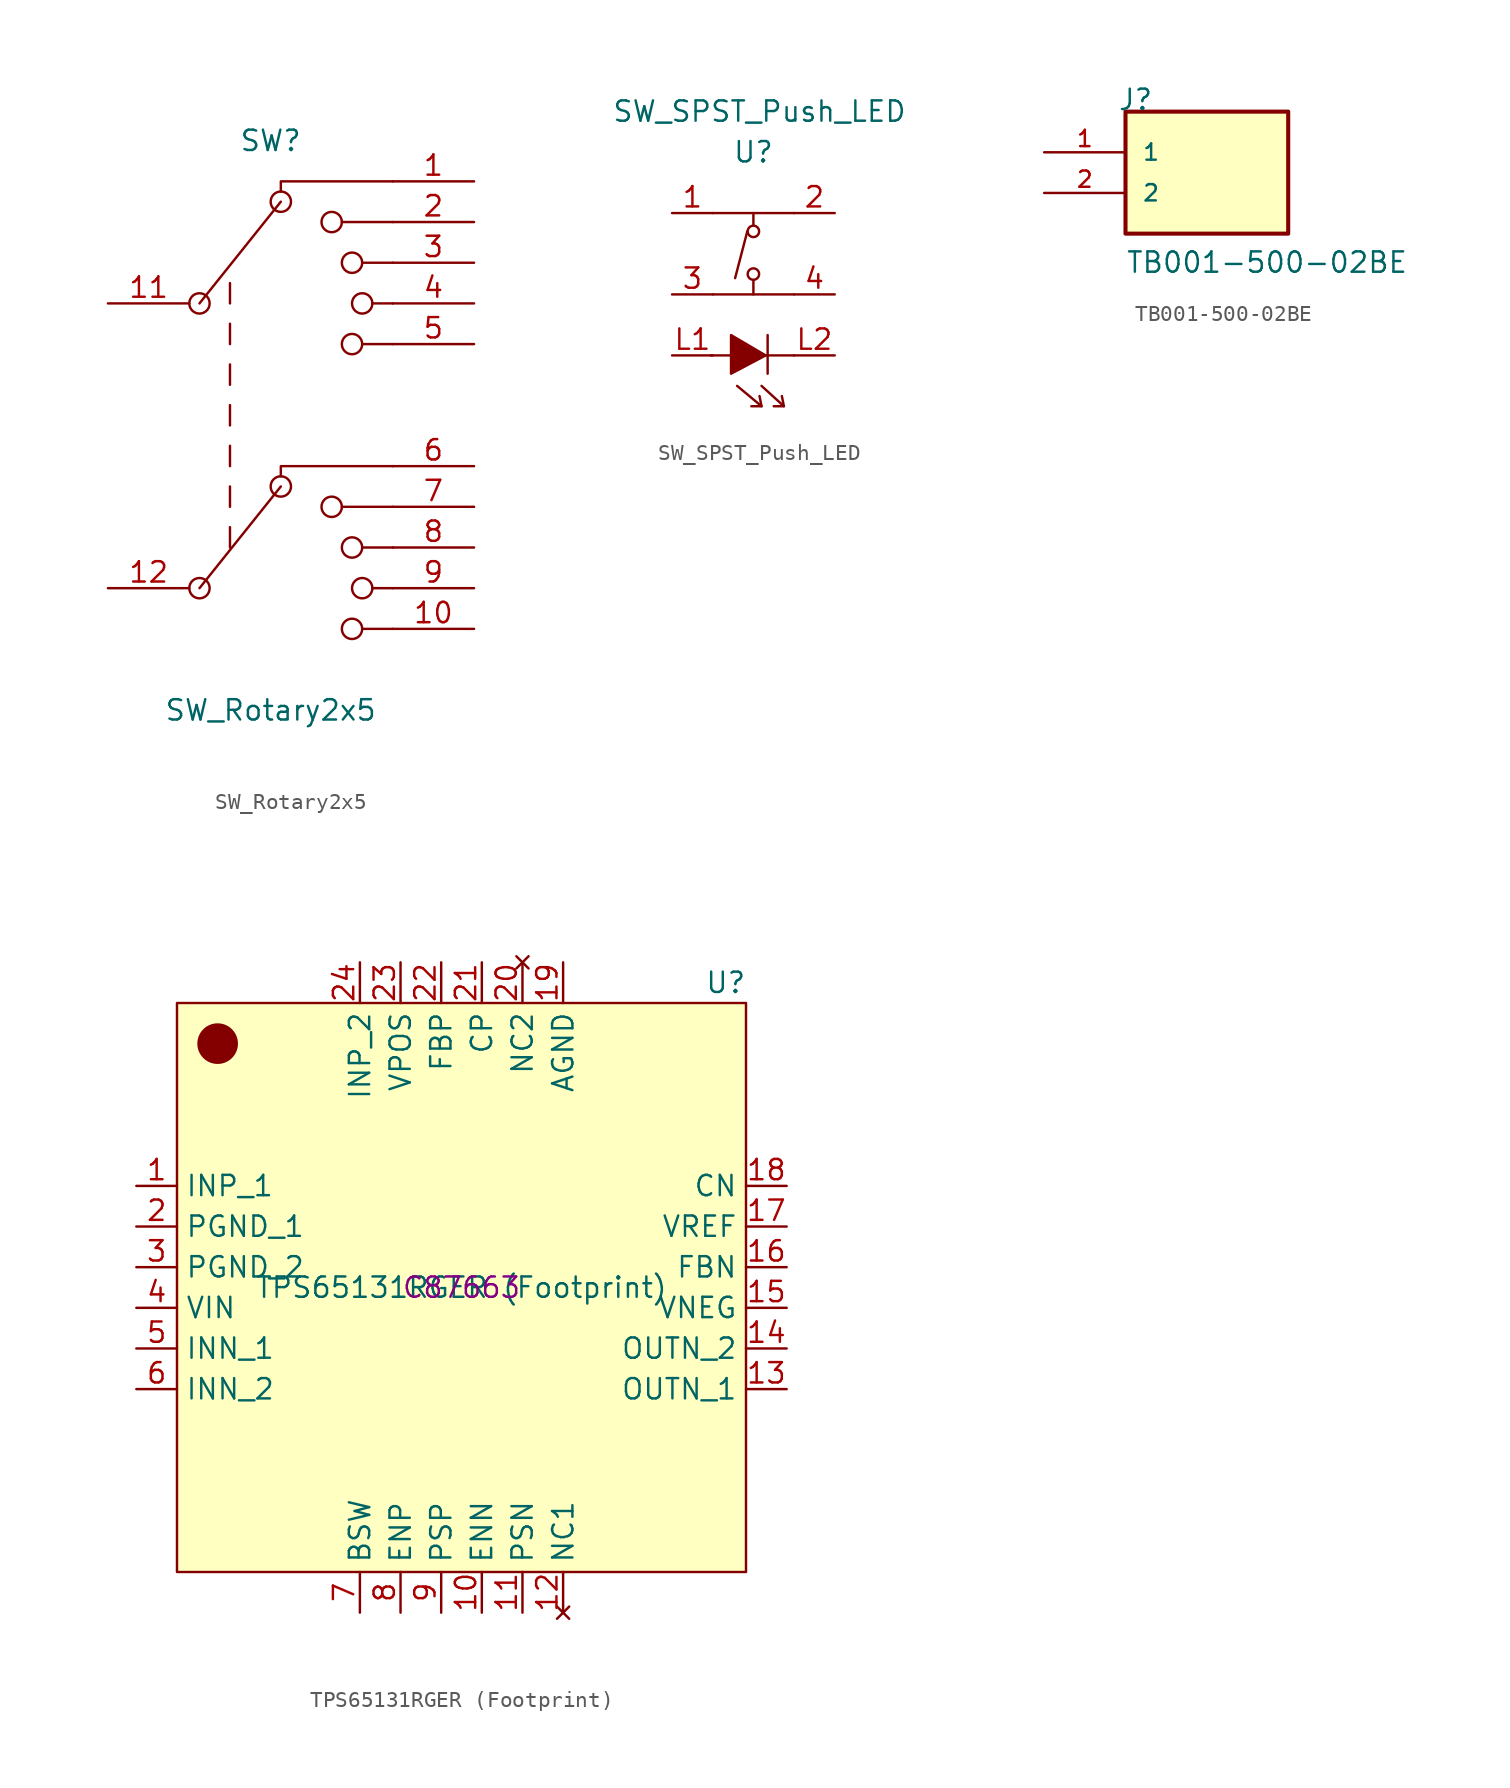
<source format=kicad_sym>
(kicad_symbol_lib
  (version 20241209)
  (generator "kicad_symbol_editor")
  (generator_version "9.0")
  (symbol "SW_Rotary2x5"
    (pin_names
      (offset 1.016)
      (hide yes))
    (property "Reference" "SW"
      (at 0 17.78 0)
      (effects (font (size 1.27 1.27))))
    (property "Value" "SW_Rotary2x5"
      (at 0 -17.78 0)
      (effects (font (size 1.27 1.27))))
    (symbol "SW_Rotary2x5_0_0"
      (circle (center -4.445 7.62) (radius 0.635) (stroke (width 0) (type default)) (fill (type none)))
      (polyline (pts (xy -4.445 7.62) (xy 0.635 13.97)) (stroke (width 0) (type default)) (fill (type none)))
      (circle (center -4.445 -10.16) (radius 0.635) (stroke (width 0) (type default)) (fill (type none)))
      (polyline (pts (xy -4.445 -10.16) (xy 0.635 -3.81)) (stroke (width 0) (type default)) (fill (type none)))
      (polyline (pts (xy -2.54 7.62) (xy -2.54 8.89)) (stroke (width 0) (type default)) (fill (type none)))
      (polyline (pts (xy -2.54 5.08) (xy -2.54 6.35)) (stroke (width 0) (type default)) (fill (type none)))
      (polyline (pts (xy -2.54 2.54) (xy -2.54 3.81)) (stroke (width 0) (type default)) (fill (type none)))
      (polyline (pts (xy -2.54 0) (xy -2.54 1.27)) (stroke (width 0) (type default)) (fill (type none)))
      (polyline (pts (xy -2.54 -2.54) (xy -2.54 -1.27)) (stroke (width 0) (type default)) (fill (type none)))
      (polyline (pts (xy -2.54 -5.08) (xy -2.54 -3.81)) (stroke (width 0) (type default)) (fill (type none)))
      (polyline (pts (xy -2.54 -7.62) (xy -2.54 -6.35)) (stroke (width 0) (type default)) (fill (type none)))
      (polyline (pts (xy 0.635 14.605) (xy 0.635 15.24) (xy 7.62 15.24)) (stroke (width 0) (type default)) (fill (type none)))
      (circle (center 0.635 13.97) (radius 0.635) (stroke (width 0) (type default)) (fill (type none)))
      (polyline (pts (xy 0.635 -3.175) (xy 0.635 -2.54) (xy 7.62 -2.54)) (stroke (width 0) (type default)) (fill (type none)))
      (circle (center 0.635 -3.81) (radius 0.635) (stroke (width 0) (type default)) (fill (type none)))
      (circle (center 3.81 12.7) (radius 0.635) (stroke (width 0) (type default)) (fill (type none)))
      (circle (center 3.81 -5.08) (radius 0.635) (stroke (width 0) (type default)) (fill (type none)))
      (polyline (pts (xy 4.445 12.7) (xy 7.62 12.7)) (stroke (width 0) (type default)) (fill (type none)))
      (polyline (pts (xy 4.445 -5.08) (xy 7.62 -5.08)) (stroke (width 0) (type default)) (fill (type none)))
      (circle (center 5.08 10.16) (radius 0.635) (stroke (width 0) (type default)) (fill (type none)))
      (circle (center 5.08 5.08) (radius 0.635) (stroke (width 0) (type default)) (fill (type none)))
      (circle (center 5.08 -7.62) (radius 0.635) (stroke (width 0) (type default)) (fill (type none)))
      (circle (center 5.08 -12.7) (radius 0.635) (stroke (width 0) (type default)) (fill (type none)))
      (polyline (pts (xy 5.715 10.16) (xy 7.62 10.16)) (stroke (width 0) (type default)) (fill (type none)))
      (circle (center 5.715 7.62) (radius 0.635) (stroke (width 0) (type default)) (fill (type none)))
      (polyline (pts (xy 5.715 5.08) (xy 7.62 5.08)) (stroke (width 0) (type default)) (fill (type none)))
      (polyline (pts (xy 5.715 -7.62) (xy 7.62 -7.62)) (stroke (width 0) (type default)) (fill (type none)))
      (circle (center 5.715 -10.16) (radius 0.635) (stroke (width 0) (type default)) (fill (type none)))
      (polyline (pts (xy 5.715 -12.7) (xy 7.62 -12.7)) (stroke (width 0) (type default)) (fill (type none)))
      (polyline (pts (xy 6.35 7.62) (xy 7.62 7.62)) (stroke (width 0) (type default)) (fill (type none)))
      (polyline (pts (xy 6.35 -10.16) (xy 7.62 -10.16)) (stroke (width 0) (type default)) (fill (type none))))
    (symbol "SW_Rotary2x5_0_1"
      (pin passive line (at 12.7 15.24 180) (length 5.08) (name "1" (effects (font (size 1.27 1.27)))) (number "1" (effects (font (size 1.27 1.27)))))
      (pin passive line (at 12.7 12.7 180) (length 5.08) (name "2" (effects (font (size 1.27 1.27)))) (number "2" (effects (font (size 1.27 1.27)))))
      (pin passive line (at 12.7 10.16 180) (length 5.08) (name "3" (effects (font (size 1.27 1.27)))) (number "3" (effects (font (size 1.27 1.27)))))
      (pin passive line (at 12.7 7.62 180) (length 5.08) (name "4" (effects (font (size 1.27 1.27)))) (number "4" (effects (font (size 1.27 1.27)))))
      (pin passive line (at 12.7 5.08 180) (length 5.08) (name "5" (effects (font (size 1.27 1.27)))) (number "5" (effects (font (size 1.27 1.27))))))
    (symbol "SW_Rotary2x5_1_1"
      (pin passive line (at -10.16 7.62 0) (length 5.08) (name "11" (effects (font (size 1.27 1.27)))) (number "11" (effects (font (size 1.27 1.27)))))
      (pin passive line (at -10.16 -10.16 0) (length 5.08) (name "12" (effects (font (size 1.27 1.27)))) (number "12" (effects (font (size 1.27 1.27)))))
      (pin passive line (at 12.7 -2.54 180) (length 5.08) (name "6" (effects (font (size 1.27 1.27)))) (number "6" (effects (font (size 1.27 1.27)))))
      (pin passive line (at 12.7 -5.08 180) (length 5.08) (name "7" (effects (font (size 1.27 1.27)))) (number "7" (effects (font (size 1.27 1.27)))))
      (pin passive line (at 12.7 -7.62 180) (length 5.08) (name "8" (effects (font (size 1.27 1.27)))) (number "8" (effects (font (size 1.27 1.27)))))
      (pin passive line (at 12.7 -10.16 180) (length 5.08) (name "9" (effects (font (size 1.27 1.27)))) (number "9" (effects (font (size 1.27 1.27)))))
      (pin passive line (at 12.7 -12.7 180) (length 5.08) (name "10" (effects (font (size 1.27 1.27)))) (number "10" (effects (font (size 1.27 1.27)))))))
  (symbol "SW_SPST_Push_LED"
    (pin_names
      (offset 1.016))
    (property "Reference" "U"
      (at 0 6.35 0)
      (effects (font (size 1.27 1.27))))
    (property "Value" "SW_SPST_Push_LED"
      (at 0.381 8.89 0)
      (effects (font (size 1.27 1.27))))
    (symbol "SW_SPST_Push_LED_0_1"
      (rectangle (start -2.54 2.54) (end 2.54 2.54) (stroke (width 0) (type solid)) (fill (type none)))
      (rectangle (start -2.54 -2.54) (end 2.54 -2.54) (stroke (width 0) (type solid)) (fill (type none)))
      (polyline (pts (xy -1.397 -7.493) (xy -1.397 -5.08) (xy 0.762 -6.35) (xy -1.397 -7.493)) (stroke (width 0) (type solid)) (fill (type outline)))
      (polyline (pts (xy -1.016 -8.255) (xy 0.508 -9.525) (xy -0.127 -9.525)) (stroke (width 0) (type solid)) (fill (type none)))
      (polyline (pts (xy -0.381 1.397) (xy -1.143 -1.524)) (stroke (width 0) (type solid)) (fill (type none)))
      (rectangle (start 0 2.54) (end 0 1.778) (stroke (width 0) (type solid)) (fill (type none)))
      (circle (center 0 1.397) (radius 0.356) (stroke (width 0) (type solid)) (fill (type none)))
      (circle (center 0 -1.27) (radius 0.356) (stroke (width 0) (type solid)) (fill (type none)))
      (rectangle (start 0 -2.54) (end 0 -1.651) (stroke (width 0) (type solid)) (fill (type none)))
      (polyline (pts (xy 0.508 -8.255) (xy 1.905 -9.525) (xy 1.27 -9.525)) (stroke (width 0) (type solid)) (fill (type none)))
      (polyline (pts (xy 0.508 -9.525) (xy 0.381 -8.89)) (stroke (width 0) (type solid)) (fill (type none)))
      (polyline (pts (xy 0.889 -5.08) (xy 0.889 -7.493)) (stroke (width 0) (type solid)) (fill (type none)))
      (polyline (pts (xy 1.905 -9.525) (xy 1.778 -8.89)) (stroke (width 0) (type solid)) (fill (type none)))
      (polyline (pts (xy 2.54 -6.35) (xy 0.889 -6.35) (xy -2.667 -6.35)) (stroke (width 0) (type solid)) (fill (type none))))
    (symbol "SW_SPST_Push_LED_1_1"
      (pin input line (at -5.08 2.54 0) (length 2.54) (name "~" (effects (font (size 1.27 1.27)))) (number "1" (effects (font (size 1.27 1.27)))))
      (pin input line (at -5.08 -2.54 0) (length 2.54) (name "~" (effects (font (size 1.27 1.27)))) (number "3" (effects (font (size 1.27 1.27)))))
      (pin input line (at -5.08 -6.35 0) (length 2.54) (name "~" (effects (font (size 1.27 1.27)))) (number "L1" (effects (font (size 1.27 1.27)))))
      (pin input line (at 5.08 2.54 180) (length 2.54) (name "~" (effects (font (size 1.27 1.27)))) (number "2" (effects (font (size 1.27 1.27)))))
      (pin input line (at 5.08 -2.54 180) (length 2.54) (name "~" (effects (font (size 1.27 1.27)))) (number "4" (effects (font (size 1.27 1.27)))))
      (pin input line (at 5.08 -6.35 180) (length 2.54) (name "~" (effects (font (size 1.27 1.27)))) (number "L2" (effects (font (size 1.27 1.27)))))))
  (symbol "TB001-500-02BE"
    (pin_names
      (offset 1.016))
    (property "Reference" "J"
      (at -5.58 5.08 0)
      (effects (font (size 1.27 1.27)) (justify left bottom)))
    (property "Value" "TB001-500-02BE"
      (at -5.08 -5.08 0)
      (effects (font (size 1.27 1.27)) (justify left bottom)))
    (symbol "TB001-500-02BE_0_0"
      (rectangle (start -5.08 -2.54) (end 5.08 5.08) (stroke (width 0.254) (type default)) (fill (type background)))
      (pin passive line (at -10.16 2.54 0) (length 5.08) (name "1" (effects (font (size 1.016 1.016)))) (number "1" (effects (font (size 1.016 1.016)))))
      (pin passive line (at -10.16 0 0) (length 5.08) (name "2" (effects (font (size 1.016 1.016)))) (number "2" (effects (font (size 1.016 1.016)))))))
  (symbol "TPS65131RGER (Footprint)"
    (property "Reference" "U"
      (at 16.51 19.05 0)
      (effects (font (size 1.27 1.27))))
    (property "Value" "TPS65131RGER (Footprint)"
      (at 0 0 0)
      (effects (font (size 1.27 1.27))))
    (property "LCSC" "C87663"
      (at 0 0 0)
      (effects (font (size 1.27 1.27))))
    (symbol "TPS65131RGER (Footprint)_1_1"
      (rectangle (start -17.78 17.78) (end 17.78 -17.78) (stroke (width 0) (type default)) (fill (type background)))
      (circle (center -15.24 15.24) (radius 1.27) (stroke (width -0.0001) (type default)) (fill (type outline)))
      (pin input line (at -20.32 6.35 0) (length 2.54) (name "INP_1" (effects (font (size 1.27 1.27)))) (number "1" (effects (font (size 1.27 1.27)))))
      (pin power_in line (at -20.32 3.81 0) (length 2.54) (name "PGND_1" (effects (font (size 1.27 1.27)))) (number "2" (effects (font (size 1.27 1.27)))))
      (pin power_in line (at -20.32 1.27 0) (length 2.54) (name "PGND_2" (effects (font (size 1.27 1.27)))) (number "3" (effects (font (size 1.27 1.27)))))
      (pin input line (at -20.32 -1.27 0) (length 2.54) (name "VIN" (effects (font (size 1.27 1.27)))) (number "4" (effects (font (size 1.27 1.27)))))
      (pin input line (at -20.32 -3.81 0) (length 2.54) (name "INN_1" (effects (font (size 1.27 1.27)))) (number "5" (effects (font (size 1.27 1.27)))))
      (pin input line (at -20.32 -6.35 0) (length 2.54) (name "INN_2" (effects (font (size 1.27 1.27)))) (number "6" (effects (font (size 1.27 1.27)))))
      (pin input line (at -6.35 20.32 270) (length 2.54) (name "INP_2" (effects (font (size 1.27 1.27)))) (number "24" (effects (font (size 1.27 1.27)))))
      (pin output line (at -6.35 -20.32 90) (length 2.54) (name "BSW" (effects (font (size 1.27 1.27)))) (number "7" (effects (font (size 1.27 1.27)))))
      (pin input line (at -3.81 20.32 270) (length 2.54) (name "VPOS" (effects (font (size 1.27 1.27)))) (number "23" (effects (font (size 1.27 1.27)))))
      (pin input line (at -3.81 -20.32 90) (length 2.54) (name "ENP" (effects (font (size 1.27 1.27)))) (number "8" (effects (font (size 1.27 1.27)))))
      (pin input line (at -1.27 20.32 270) (length 2.54) (name "FBP" (effects (font (size 1.27 1.27)))) (number "22" (effects (font (size 1.27 1.27)))))
      (pin input line (at -1.27 -20.32 90) (length 2.54) (name "PSP" (effects (font (size 1.27 1.27)))) (number "9" (effects (font (size 1.27 1.27)))))
      (pin passive line (at 1.27 20.32 270) (length 2.54) (name "CP" (effects (font (size 1.27 1.27)))) (number "21" (effects (font (size 1.27 1.27)))))
      (pin input line (at 1.27 -20.32 90) (length 2.54) (name "ENN" (effects (font (size 1.27 1.27)))) (number "10" (effects (font (size 1.27 1.27)))))
      (pin no_connect line (at 3.81 20.32 270) (length 2.54) (name "NC2" (effects (font (size 1.27 1.27)))) (number "20" (effects (font (size 1.27 1.27)))))
      (pin input line (at 3.81 -20.32 90) (length 2.54) (name "PSN" (effects (font (size 1.27 1.27)))) (number "11" (effects (font (size 1.27 1.27)))))
      (pin power_in line (at 6.35 20.32 270) (length 2.54) (name "AGND" (effects (font (size 1.27 1.27)))) (number "19" (effects (font (size 1.27 1.27)))))
      (pin no_connect line (at 6.35 -20.32 90) (length 2.54) (name "NC1" (effects (font (size 1.27 1.27)))) (number "12" (effects (font (size 1.27 1.27)))))
      (pin passive line (at 20.32 6.35 180) (length 2.54) (name "CN" (effects (font (size 1.27 1.27)))) (number "18" (effects (font (size 1.27 1.27)))))
      (pin output line (at 20.32 3.81 180) (length 2.54) (name "VREF" (effects (font (size 1.27 1.27)))) (number "17" (effects (font (size 1.27 1.27)))))
      (pin input line (at 20.32 1.27 180) (length 2.54) (name "FBN" (effects (font (size 1.27 1.27)))) (number "16" (effects (font (size 1.27 1.27)))))
      (pin input line (at 20.32 -1.27 180) (length 2.54) (name "VNEG" (effects (font (size 1.27 1.27)))) (number "15" (effects (font (size 1.27 1.27)))))
      (pin output line (at 20.32 -3.81 180) (length 2.54) (name "OUTN_2" (effects (font (size 1.27 1.27)))) (number "14" (effects (font (size 1.27 1.27)))))
      (pin output line (at 20.32 -6.35 180) (length 2.54) (name "OUTN_1" (effects (font (size 1.27 1.27)))) (number "13" (effects (font (size 1.27 1.27))))))))
</source>
